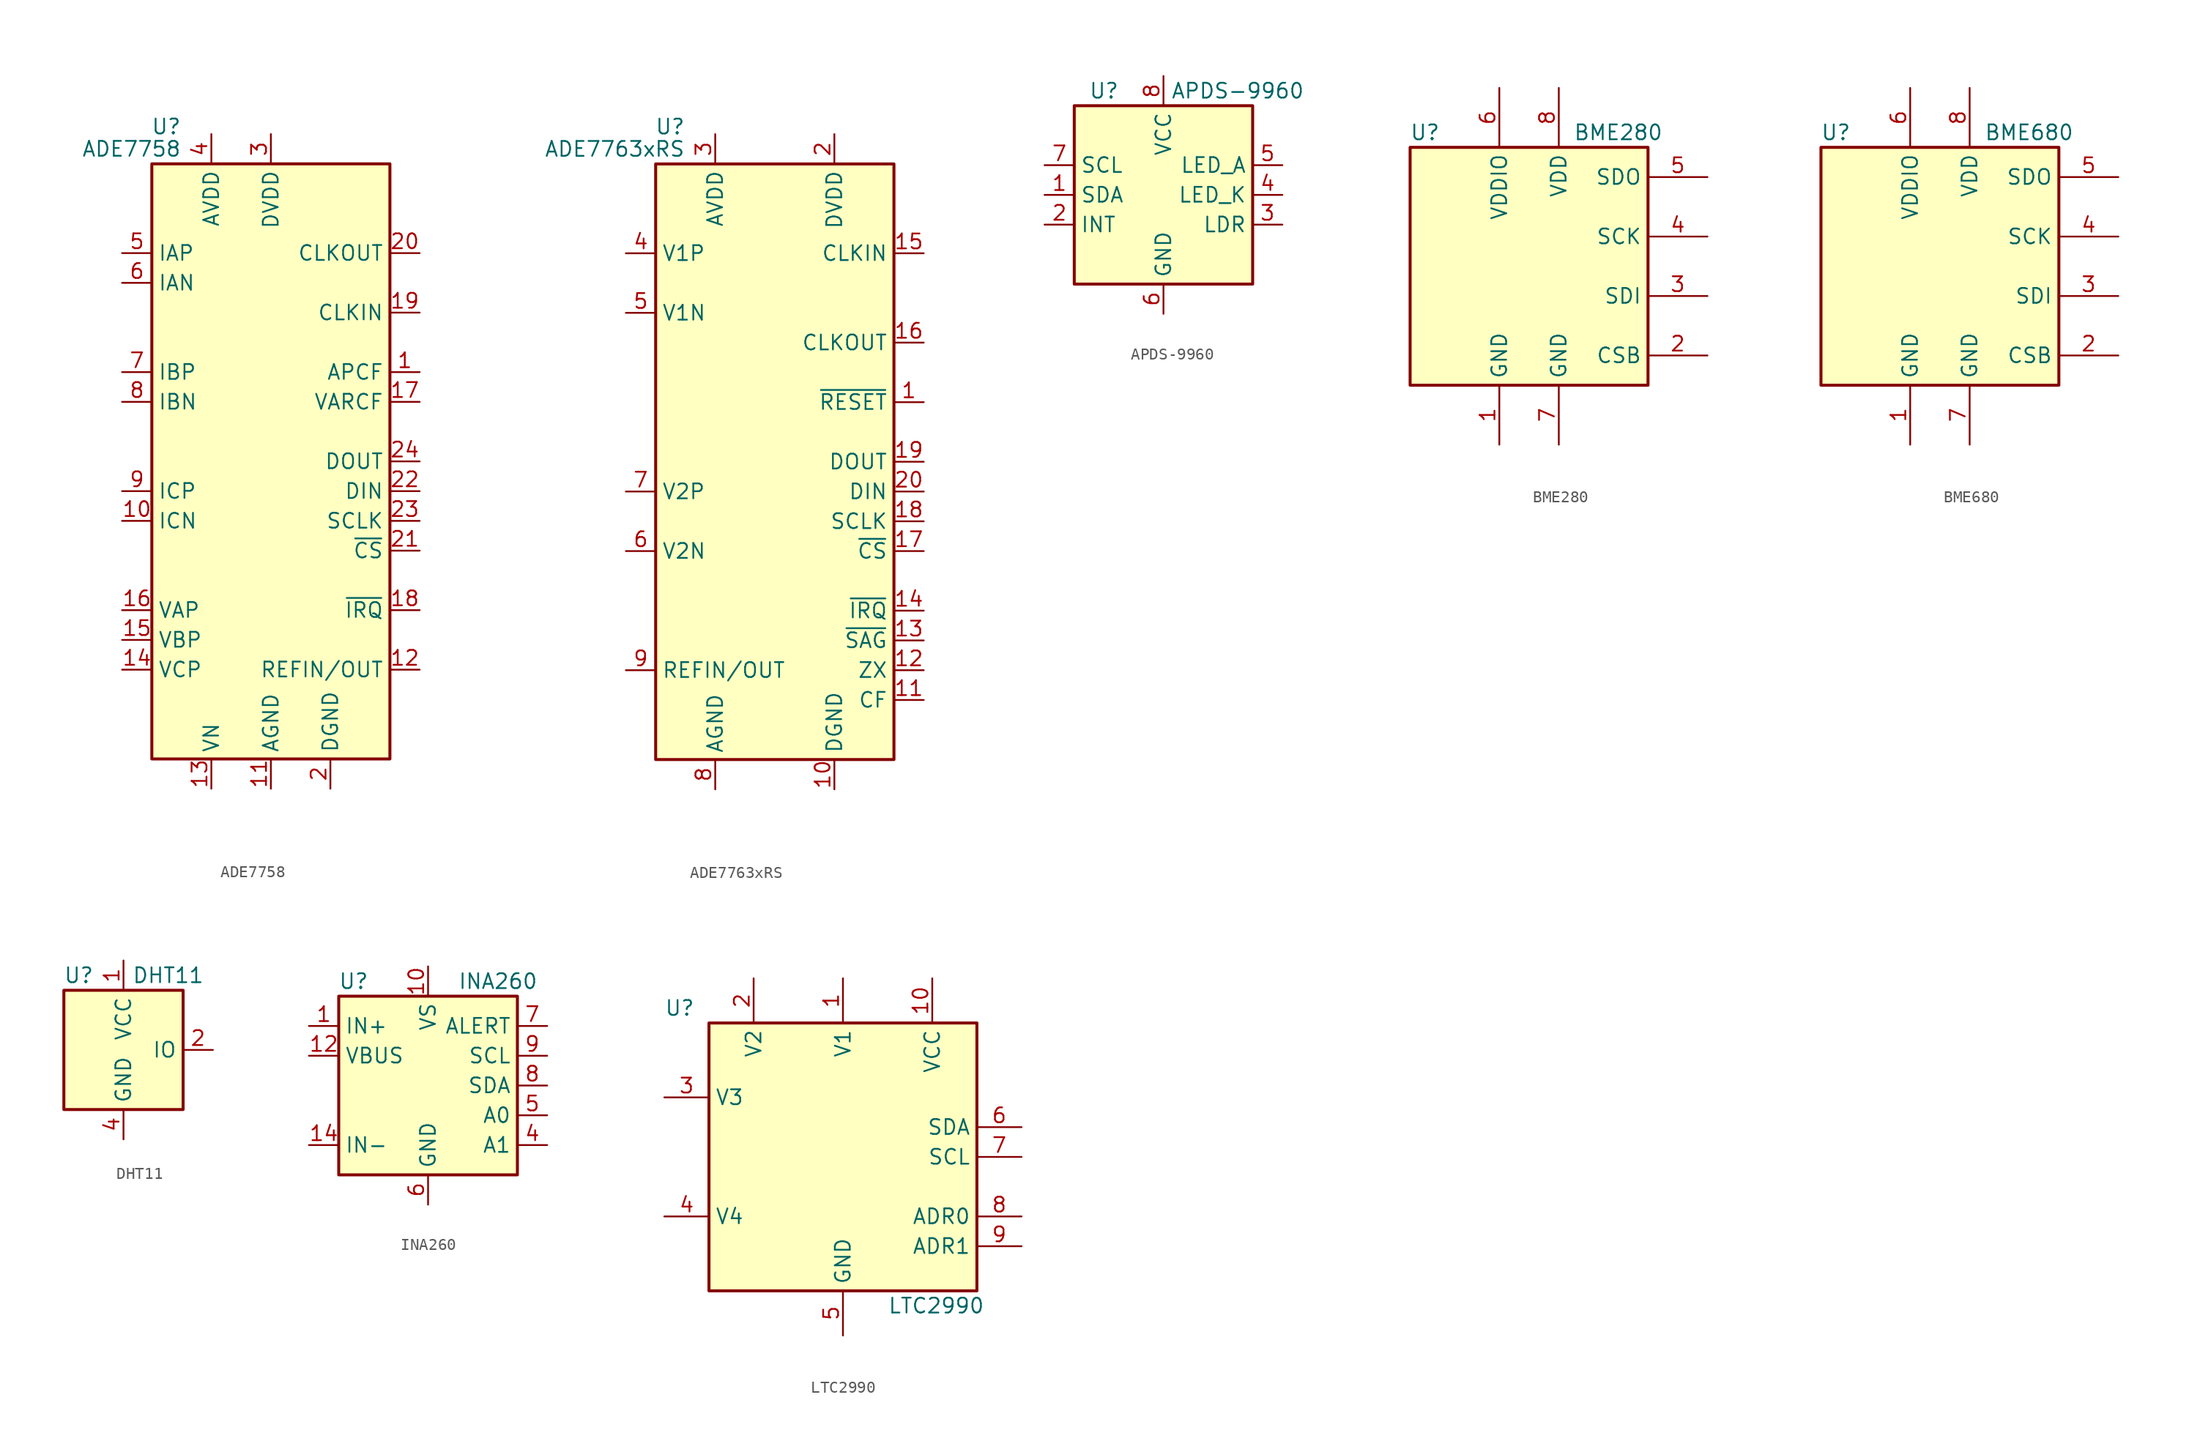
<source format=kicad_sym>
(kicad_symbol_lib
  (version 20220914)
  (generator kicad_symbol_editor)
  (symbol "ADE7758"
    (property "Reference" "U"
      (at -7.62 28.575 0)
      (effects (font (size 1.27 1.27)) (justify right)))
    (property "Value" "ADE7758"
      (at -7.62 26.67 0)
      (effects (font (size 1.27 1.27)) (justify right)))
    (symbol "ADE7758_0_1"
      (rectangle (start 10.16 -25.4) (end -10.16 25.4) (stroke (width 0.254) (type default)) (fill (type background))))
    (symbol "ADE7758_1_1"
      (pin output line (at 12.7 7.62 180) (length 2.54) (name "APCF" (effects (font (size 1.27 1.27)))) (number "1" (effects (font (size 1.27 1.27)))))
      (pin input line (at -12.7 -5.08 0) (length 2.54) (name "ICN" (effects (font (size 1.27 1.27)))) (number "10" (effects (font (size 1.27 1.27)))))
      (pin power_in line (at 0 -27.94 90) (length 2.54) (name "AGND" (effects (font (size 1.27 1.27)))) (number "11" (effects (font (size 1.27 1.27)))))
      (pin input line (at 12.7 -17.78 180) (length 2.54) (name "REFIN/OUT" (effects (font (size 1.27 1.27)))) (number "12" (effects (font (size 1.27 1.27)))))
      (pin power_in line (at -5.08 -27.94 90) (length 2.54) (name "VN" (effects (font (size 1.27 1.27)))) (number "13" (effects (font (size 1.27 1.27)))))
      (pin input line (at -12.7 -17.78 0) (length 2.54) (name "VCP" (effects (font (size 1.27 1.27)))) (number "14" (effects (font (size 1.27 1.27)))))
      (pin input line (at -12.7 -15.24 0) (length 2.54) (name "VBP" (effects (font (size 1.27 1.27)))) (number "15" (effects (font (size 1.27 1.27)))))
      (pin input line (at -12.7 -12.7 0) (length 2.54) (name "VAP" (effects (font (size 1.27 1.27)))) (number "16" (effects (font (size 1.27 1.27)))))
      (pin output line (at 12.7 5.08 180) (length 2.54) (name "VARCF" (effects (font (size 1.27 1.27)))) (number "17" (effects (font (size 1.27 1.27)))))
      (pin open_collector line (at 12.7 -12.7 180) (length 2.54) (name "~{IRQ}" (effects (font (size 1.27 1.27)))) (number "18" (effects (font (size 1.27 1.27)))))
      (pin input line (at 12.7 12.7 180) (length 2.54) (name "CLKIN" (effects (font (size 1.27 1.27)))) (number "19" (effects (font (size 1.27 1.27)))))
      (pin power_in line (at 5.08 -27.94 90) (length 2.54) (name "DGND" (effects (font (size 1.27 1.27)))) (number "2" (effects (font (size 1.27 1.27)))))
      (pin output line (at 12.7 17.78 180) (length 2.54) (name "CLKOUT" (effects (font (size 1.27 1.27)))) (number "20" (effects (font (size 1.27 1.27)))))
      (pin input line (at 12.7 -7.62 180) (length 2.54) (name "~{CS}" (effects (font (size 1.27 1.27)))) (number "21" (effects (font (size 1.27 1.27)))))
      (pin input line (at 12.7 -2.54 180) (length 2.54) (name "DIN" (effects (font (size 1.27 1.27)))) (number "22" (effects (font (size 1.27 1.27)))))
      (pin input line (at 12.7 -5.08 180) (length 2.54) (name "SCLK" (effects (font (size 1.27 1.27)))) (number "23" (effects (font (size 1.27 1.27)))))
      (pin output line (at 12.7 0 180) (length 2.54) (name "DOUT" (effects (font (size 1.27 1.27)))) (number "24" (effects (font (size 1.27 1.27)))))
      (pin power_in line (at 0 27.94 270) (length 2.54) (name "DVDD" (effects (font (size 1.27 1.27)))) (number "3" (effects (font (size 1.27 1.27)))))
      (pin power_in line (at -5.08 27.94 270) (length 2.54) (name "AVDD" (effects (font (size 1.27 1.27)))) (number "4" (effects (font (size 1.27 1.27)))))
      (pin input line (at -12.7 17.78 0) (length 2.54) (name "IAP" (effects (font (size 1.27 1.27)))) (number "5" (effects (font (size 1.27 1.27)))))
      (pin input line (at -12.7 15.24 0) (length 2.54) (name "IAN" (effects (font (size 1.27 1.27)))) (number "6" (effects (font (size 1.27 1.27)))))
      (pin input line (at -12.7 7.62 0) (length 2.54) (name "IBP" (effects (font (size 1.27 1.27)))) (number "7" (effects (font (size 1.27 1.27)))))
      (pin input line (at -12.7 5.08 0) (length 2.54) (name "IBN" (effects (font (size 1.27 1.27)))) (number "8" (effects (font (size 1.27 1.27)))))
      (pin input line (at -12.7 -2.54 0) (length 2.54) (name "ICP" (effects (font (size 1.27 1.27)))) (number "9" (effects (font (size 1.27 1.27)))))))
  (symbol "ADE7763xRS"
    (property "Reference" "U"
      (at -7.62 28.575 0)
      (effects (font (size 1.27 1.27)) (justify right)))
    (property "Value" "ADE7763xRS"
      (at -7.62 26.67 0)
      (effects (font (size 1.27 1.27)) (justify right)))
    (symbol "ADE7763xRS_0_1"
      (rectangle (start 10.16 -25.4) (end -10.16 25.4) (stroke (width 0.254) (type default)) (fill (type background))))
    (symbol "ADE7763xRS_1_1"
      (pin input line (at 12.7 5.08 180) (length 2.54) (name "~{RESET}" (effects (font (size 1.27 1.27)))) (number "1" (effects (font (size 1.27 1.27)))))
      (pin power_in line (at 5.08 -27.94 90) (length 2.54) (name "DGND" (effects (font (size 1.27 1.27)))) (number "10" (effects (font (size 1.27 1.27)))))
      (pin output line (at 12.7 -20.32 180) (length 2.54) (name "CF" (effects (font (size 1.27 1.27)))) (number "11" (effects (font (size 1.27 1.27)))))
      (pin output line (at 12.7 -17.78 180) (length 2.54) (name "ZX" (effects (font (size 1.27 1.27)))) (number "12" (effects (font (size 1.27 1.27)))))
      (pin open_collector line (at 12.7 -15.24 180) (length 2.54) (name "~{SAG}" (effects (font (size 1.27 1.27)))) (number "13" (effects (font (size 1.27 1.27)))))
      (pin open_collector line (at 12.7 -12.7 180) (length 2.54) (name "~{IRQ}" (effects (font (size 1.27 1.27)))) (number "14" (effects (font (size 1.27 1.27)))))
      (pin input line (at 12.7 17.78 180) (length 2.54) (name "CLKIN" (effects (font (size 1.27 1.27)))) (number "15" (effects (font (size 1.27 1.27)))))
      (pin output line (at 12.7 10.16 180) (length 2.54) (name "CLKOUT" (effects (font (size 1.27 1.27)))) (number "16" (effects (font (size 1.27 1.27)))))
      (pin input line (at 12.7 -7.62 180) (length 2.54) (name "~{CS}" (effects (font (size 1.27 1.27)))) (number "17" (effects (font (size 1.27 1.27)))))
      (pin input line (at 12.7 -5.08 180) (length 2.54) (name "SCLK" (effects (font (size 1.27 1.27)))) (number "18" (effects (font (size 1.27 1.27)))))
      (pin output line (at 12.7 0 180) (length 2.54) (name "DOUT" (effects (font (size 1.27 1.27)))) (number "19" (effects (font (size 1.27 1.27)))))
      (pin power_in line (at 5.08 27.94 270) (length 2.54) (name "DVDD" (effects (font (size 1.27 1.27)))) (number "2" (effects (font (size 1.27 1.27)))))
      (pin input line (at 12.7 -2.54 180) (length 2.54) (name "DIN" (effects (font (size 1.27 1.27)))) (number "20" (effects (font (size 1.27 1.27)))))
      (pin power_in line (at -5.08 27.94 270) (length 2.54) (name "AVDD" (effects (font (size 1.27 1.27)))) (number "3" (effects (font (size 1.27 1.27)))))
      (pin input line (at -12.7 17.78 0) (length 2.54) (name "V1P" (effects (font (size 1.27 1.27)))) (number "4" (effects (font (size 1.27 1.27)))))
      (pin input line (at -12.7 12.7 0) (length 2.54) (name "V1N" (effects (font (size 1.27 1.27)))) (number "5" (effects (font (size 1.27 1.27)))))
      (pin input line (at -12.7 -7.62 0) (length 2.54) (name "V2N" (effects (font (size 1.27 1.27)))) (number "6" (effects (font (size 1.27 1.27)))))
      (pin input line (at -12.7 -2.54 0) (length 2.54) (name "V2P" (effects (font (size 1.27 1.27)))) (number "7" (effects (font (size 1.27 1.27)))))
      (pin power_in line (at -5.08 -27.94 90) (length 2.54) (name "AGND" (effects (font (size 1.27 1.27)))) (number "8" (effects (font (size 1.27 1.27)))))
      (pin input line (at -12.7 -17.78 0) (length 2.54) (name "REFIN/OUT" (effects (font (size 1.27 1.27)))) (number "9" (effects (font (size 1.27 1.27)))))))
  (symbol "APDS-9960"
    (property "Reference" "U"
      (at -5.08 8.89 0)
      (effects (font (size 1.27 1.27))))
    (property "Value" "APDS-9960"
      (at 6.35 8.89 0)
      (effects (font (size 1.27 1.27))))
    (symbol "APDS-9960_0_1"
      (rectangle (start -7.62 7.62) (end 7.62 -7.62) (stroke (width 0.254) (type default)) (fill (type background))))
    (symbol "APDS-9960_1_1"
      (pin bidirectional line (at -10.16 0 0) (length 2.54) (name "SDA" (effects (font (size 1.27 1.27)))) (number "1" (effects (font (size 1.27 1.27)))))
      (pin open_collector line (at -10.16 -2.54 0) (length 2.54) (name "INT" (effects (font (size 1.27 1.27)))) (number "2" (effects (font (size 1.27 1.27)))))
      (pin passive line (at 10.16 -2.54 180) (length 2.54) (name "LDR" (effects (font (size 1.27 1.27)))) (number "3" (effects (font (size 1.27 1.27)))))
      (pin passive line (at 10.16 0 180) (length 2.54) (name "LED_K" (effects (font (size 1.27 1.27)))) (number "4" (effects (font (size 1.27 1.27)))))
      (pin passive line (at 10.16 2.54 180) (length 2.54) (name "LED_A" (effects (font (size 1.27 1.27)))) (number "5" (effects (font (size 1.27 1.27)))))
      (pin power_in line (at 0 -10.16 90) (length 2.54) (name "GND" (effects (font (size 1.27 1.27)))) (number "6" (effects (font (size 1.27 1.27)))))
      (pin input line (at -10.16 2.54 0) (length 2.54) (name "SCL" (effects (font (size 1.27 1.27)))) (number "7" (effects (font (size 1.27 1.27)))))
      (pin power_in line (at 0 10.16 270) (length 2.54) (name "VCC" (effects (font (size 1.27 1.27)))) (number "8" (effects (font (size 1.27 1.27)))))))
  (symbol "BME280"
    (property "Reference" "U"
      (at -8.89 11.43 0)
      (effects (font (size 1.27 1.27))))
    (property "Value" "BME280"
      (at 7.62 11.43 0)
      (effects (font (size 1.27 1.27))))
    (symbol "BME280_0_1"
      (rectangle (start -10.16 10.16) (end 10.16 -10.16) (stroke (width 0.254) (type default)) (fill (type background))))
    (symbol "BME280_1_1"
      (pin power_in line (at -2.54 -15.24 90) (length 5.08) (name "GND" (effects (font (size 1.27 1.27)))) (number "1" (effects (font (size 1.27 1.27)))))
      (pin input line (at 15.24 -7.62 180) (length 5.08) (name "CSB" (effects (font (size 1.27 1.27)))) (number "2" (effects (font (size 1.27 1.27)))))
      (pin bidirectional line (at 15.24 -2.54 180) (length 5.08) (name "SDI" (effects (font (size 1.27 1.27)))) (number "3" (effects (font (size 1.27 1.27)))))
      (pin input line (at 15.24 2.54 180) (length 5.08) (name "SCK" (effects (font (size 1.27 1.27)))) (number "4" (effects (font (size 1.27 1.27)))))
      (pin bidirectional line (at 15.24 7.62 180) (length 5.08) (name "SDO" (effects (font (size 1.27 1.27)))) (number "5" (effects (font (size 1.27 1.27)))))
      (pin power_in line (at -2.54 15.24 270) (length 5.08) (name "VDDIO" (effects (font (size 1.27 1.27)))) (number "6" (effects (font (size 1.27 1.27)))))
      (pin power_in line (at 2.54 -15.24 90) (length 5.08) (name "GND" (effects (font (size 1.27 1.27)))) (number "7" (effects (font (size 1.27 1.27)))))
      (pin power_in line (at 2.54 15.24 270) (length 5.08) (name "VDD" (effects (font (size 1.27 1.27)))) (number "8" (effects (font (size 1.27 1.27)))))))
  (symbol "BME680"
    (property "Reference" "U"
      (at -8.89 11.43 0)
      (effects (font (size 1.27 1.27))))
    (property "Value" "BME680"
      (at 7.62 11.43 0)
      (effects (font (size 1.27 1.27))))
    (symbol "BME680_0_1"
      (rectangle (start -10.16 10.16) (end 10.16 -10.16) (stroke (width 0.254) (type default)) (fill (type background))))
    (symbol "BME680_1_1"
      (pin power_in line (at -2.54 -15.24 90) (length 5.08) (name "GND" (effects (font (size 1.27 1.27)))) (number "1" (effects (font (size 1.27 1.27)))))
      (pin input line (at 15.24 -7.62 180) (length 5.08) (name "CSB" (effects (font (size 1.27 1.27)))) (number "2" (effects (font (size 1.27 1.27)))))
      (pin bidirectional line (at 15.24 -2.54 180) (length 5.08) (name "SDI" (effects (font (size 1.27 1.27)))) (number "3" (effects (font (size 1.27 1.27)))))
      (pin input line (at 15.24 2.54 180) (length 5.08) (name "SCK" (effects (font (size 1.27 1.27)))) (number "4" (effects (font (size 1.27 1.27)))))
      (pin bidirectional line (at 15.24 7.62 180) (length 5.08) (name "SDO" (effects (font (size 1.27 1.27)))) (number "5" (effects (font (size 1.27 1.27)))))
      (pin power_in line (at -2.54 15.24 270) (length 5.08) (name "VDDIO" (effects (font (size 1.27 1.27)))) (number "6" (effects (font (size 1.27 1.27)))))
      (pin power_in line (at 2.54 -15.24 90) (length 5.08) (name "GND" (effects (font (size 1.27 1.27)))) (number "7" (effects (font (size 1.27 1.27)))))
      (pin power_in line (at 2.54 15.24 270) (length 5.08) (name "VDD" (effects (font (size 1.27 1.27)))) (number "8" (effects (font (size 1.27 1.27)))))))
  (symbol "DHT11"
    (property "Reference" "U"
      (at -3.81 6.35 0)
      (effects (font (size 1.27 1.27))))
    (property "Value" "DHT11"
      (at 3.81 6.35 0)
      (effects (font (size 1.27 1.27))))
    (symbol "DHT11_0_1"
      (rectangle (start -5.08 5.08) (end 5.08 -5.08) (stroke (width 0.254) (type default)) (fill (type background))))
    (symbol "DHT11_1_1"
      (pin power_in line (at 0 7.62 270) (length 2.54) (name "VCC" (effects (font (size 1.27 1.27)))) (number "1" (effects (font (size 1.27 1.27)))))
      (pin bidirectional line (at 7.62 0 180) (length 2.54) (name "IO" (effects (font (size 1.27 1.27)))) (number "2" (effects (font (size 1.27 1.27)))))
      (pin no_connect line (at -5.08 0 0) (length 2.54) hide (name "NC" (effects (font (size 1.27 1.27)))) (number "3" (effects (font (size 1.27 1.27)))))
      (pin power_in line (at 0 -7.62 90) (length 2.54) (name "GND" (effects (font (size 1.27 1.27)))) (number "4" (effects (font (size 1.27 1.27)))))))
  (symbol "INA260"
    (property "Reference" "U"
      (at -6.35 8.89 0)
      (effects (font (size 1.27 1.27))))
    (property "Value" "INA260"
      (at 2.54 8.89 0)
      (effects (font (size 1.27 1.27)) (justify left)))
    (symbol "INA260_0_1"
      (rectangle (start -7.62 7.62) (end 7.62 -7.62) (stroke (width 0.254) (type default)) (fill (type background))))
    (symbol "INA260_1_1"
      (pin passive line (at -10.16 5.08 0) (length 2.54) (name "IN+" (effects (font (size 1.27 1.27)))) (number "1" (effects (font (size 1.27 1.27)))))
      (pin power_in line (at 0 10.16 270) (length 2.54) (name "VS" (effects (font (size 1.27 1.27)))) (number "10" (effects (font (size 1.27 1.27)))))
      (pin passive line (at 0 -10.16 90) (length 2.54) hide (name "GND" (effects (font (size 1.27 1.27)))) (number "11" (effects (font (size 1.27 1.27)))))
      (pin passive line (at -10.16 2.54 0) (length 2.54) (name "VBUS" (effects (font (size 1.27 1.27)))) (number "12" (effects (font (size 1.27 1.27)))))
      (pin no_connect line (at 2.54 -7.62 90) (length 2.54) hide (name "NC" (effects (font (size 1.27 1.27)))) (number "13" (effects (font (size 1.27 1.27)))))
      (pin passive line (at -10.16 -5.08 0) (length 2.54) (name "IN-" (effects (font (size 1.27 1.27)))) (number "14" (effects (font (size 1.27 1.27)))))
      (pin passive line (at -10.16 -5.08 0) (length 2.54) hide (name "IN-" (effects (font (size 1.27 1.27)))) (number "15" (effects (font (size 1.27 1.27)))))
      (pin passive line (at -10.16 -5.08 0) (length 2.54) hide (name "IN-" (effects (font (size 1.27 1.27)))) (number "16" (effects (font (size 1.27 1.27)))))
      (pin passive line (at -10.16 5.08 0) (length 2.54) hide (name "IN+" (effects (font (size 1.27 1.27)))) (number "2" (effects (font (size 1.27 1.27)))))
      (pin passive line (at -10.16 5.08 0) (length 2.54) hide (name "IN+" (effects (font (size 1.27 1.27)))) (number "3" (effects (font (size 1.27 1.27)))))
      (pin input line (at 10.16 -5.08 180) (length 2.54) (name "A1" (effects (font (size 1.27 1.27)))) (number "4" (effects (font (size 1.27 1.27)))))
      (pin input line (at 10.16 -2.54 180) (length 2.54) (name "A0" (effects (font (size 1.27 1.27)))) (number "5" (effects (font (size 1.27 1.27)))))
      (pin power_in line (at 0 -10.16 90) (length 2.54) (name "GND" (effects (font (size 1.27 1.27)))) (number "6" (effects (font (size 1.27 1.27)))))
      (pin open_collector line (at 10.16 5.08 180) (length 2.54) (name "ALERT" (effects (font (size 1.27 1.27)))) (number "7" (effects (font (size 1.27 1.27)))))
      (pin bidirectional line (at 10.16 0 180) (length 2.54) (name "SDA" (effects (font (size 1.27 1.27)))) (number "8" (effects (font (size 1.27 1.27)))))
      (pin input line (at 10.16 2.54 180) (length 2.54) (name "SCL" (effects (font (size 1.27 1.27)))) (number "9" (effects (font (size 1.27 1.27)))))))
  (symbol "LTC2990"
    (property "Reference" "U"
      (at -15.24 12.7 0)
      (effects (font (size 1.27 1.27)) (justify left)))
    (property "Value" "LTC2990"
      (at 3.81 -12.7 0)
      (effects (font (size 1.27 1.27)) (justify left)))
    (symbol "LTC2990_0_1"
      (rectangle (start -11.43 11.43) (end 11.43 -11.43) (stroke (width 0.254) (type default)) (fill (type background))))
    (symbol "LTC2990_1_1"
      (pin passive line (at 0 15.24 270) (length 3.81) (name "V1" (effects (font (size 1.27 1.27)))) (number "1" (effects (font (size 1.27 1.27)))))
      (pin power_in line (at 7.62 15.24 270) (length 3.81) (name "VCC" (effects (font (size 1.27 1.27)))) (number "10" (effects (font (size 1.27 1.27)))))
      (pin passive line (at -7.62 15.24 270) (length 3.81) (name "V2" (effects (font (size 1.27 1.27)))) (number "2" (effects (font (size 1.27 1.27)))))
      (pin passive line (at -15.24 5.08 0) (length 3.81) (name "V3" (effects (font (size 1.27 1.27)))) (number "3" (effects (font (size 1.27 1.27)))))
      (pin passive line (at -15.24 -5.08 0) (length 3.81) (name "V4" (effects (font (size 1.27 1.27)))) (number "4" (effects (font (size 1.27 1.27)))))
      (pin power_in line (at 0 -15.24 90) (length 3.81) (name "GND" (effects (font (size 1.27 1.27)))) (number "5" (effects (font (size 1.27 1.27)))))
      (pin bidirectional line (at 15.24 2.54 180) (length 3.81) (name "SDA" (effects (font (size 1.27 1.27)))) (number "6" (effects (font (size 1.27 1.27)))))
      (pin input line (at 15.24 0 180) (length 3.81) (name "SCL" (effects (font (size 1.27 1.27)))) (number "7" (effects (font (size 1.27 1.27)))))
      (pin input line (at 15.24 -5.08 180) (length 3.81) (name "ADR0" (effects (font (size 1.27 1.27)))) (number "8" (effects (font (size 1.27 1.27)))))
      (pin input line (at 15.24 -7.62 180) (length 3.81) (name "ADR1" (effects (font (size 1.27 1.27)))) (number "9" (effects (font (size 1.27 1.27))))))))
</source>
